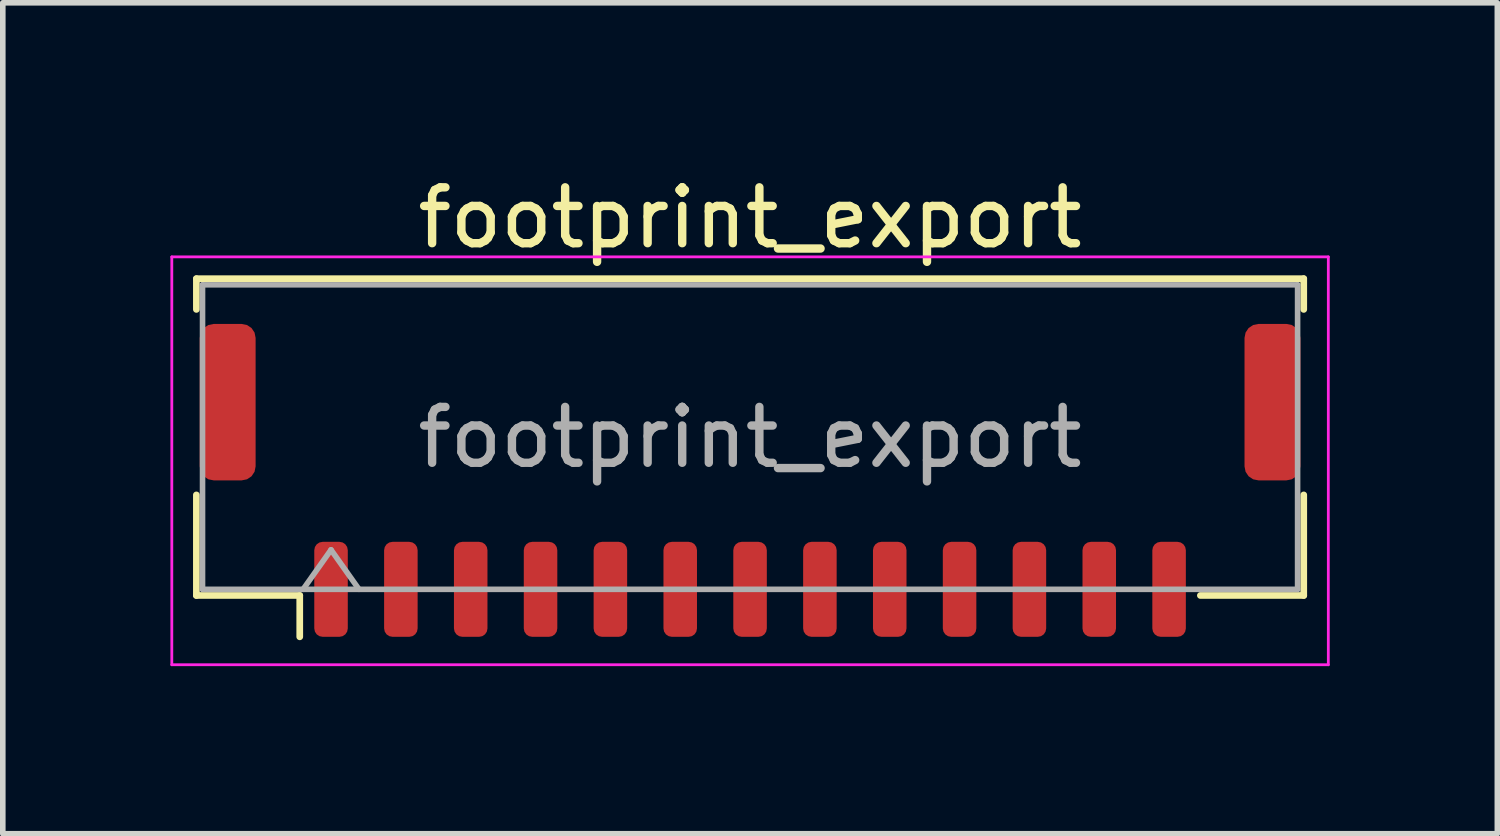
<source format=kicad_pcb>
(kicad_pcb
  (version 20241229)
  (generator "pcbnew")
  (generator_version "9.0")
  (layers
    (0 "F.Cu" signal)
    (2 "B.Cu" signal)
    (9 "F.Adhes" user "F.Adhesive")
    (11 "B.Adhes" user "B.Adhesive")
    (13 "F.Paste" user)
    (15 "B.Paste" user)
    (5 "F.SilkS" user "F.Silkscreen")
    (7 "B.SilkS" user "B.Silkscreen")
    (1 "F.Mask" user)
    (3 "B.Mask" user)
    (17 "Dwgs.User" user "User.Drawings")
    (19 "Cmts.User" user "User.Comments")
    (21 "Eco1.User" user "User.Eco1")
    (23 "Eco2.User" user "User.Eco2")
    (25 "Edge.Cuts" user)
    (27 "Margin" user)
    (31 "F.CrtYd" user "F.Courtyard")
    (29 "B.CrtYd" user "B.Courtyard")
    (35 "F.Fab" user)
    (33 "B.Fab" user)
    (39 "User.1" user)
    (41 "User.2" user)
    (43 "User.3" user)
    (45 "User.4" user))
  (footprint "footprint_export"
    (layer "F.Cu")
    (at 10.375 5.548)
    (property "Reference" "footprint_export" (at 0 -4.7 0) (layer "F.SilkS") (effects (font (size 1 1) (thickness 0.15))))
    (attr smd)
    (fp_line (start -9.91 -3.61) (end 9.91 -3.61) (stroke (width 0.12) (type solid)) (layer "F.SilkS"))
    (fp_line (start -9.91 -3.06) (end -9.91 -3.61) (stroke (width 0.12) (type solid)) (layer "F.SilkS"))
    (fp_line (start -9.91 0.26) (end -9.91 2.06) (stroke (width 0.12) (type solid)) (layer "F.SilkS"))
    (fp_line (start -9.91 2.06) (end -8.06 2.06) (stroke (width 0.12) (type solid)) (layer "F.SilkS"))
    (fp_line (start -8.06 2.06) (end -8.06 2.8) (stroke (width 0.12) (type solid)) (layer "F.SilkS"))
    (fp_line (start 9.91 -3.61) (end 9.91 -3.06) (stroke (width 0.12) (type solid)) (layer "F.SilkS"))
    (fp_line (start 9.91 0.26) (end 9.91 2.06) (stroke (width 0.12) (type solid)) (layer "F.SilkS"))
    (fp_line (start 9.91 2.06) (end 8.06 2.06) (stroke (width 0.12) (type solid)) (layer "F.SilkS"))
    (fp_line (start -10.35 -4) (end -10.35 3.3) (stroke (width 0.05) (type solid)) (layer "F.CrtYd"))
    (fp_line (start -10.35 3.3) (end 10.35 3.3) (stroke (width 0.05) (type solid)) (layer "F.CrtYd"))
    (fp_line (start 10.35 -4) (end -10.35 -4) (stroke (width 0.05) (type solid)) (layer "F.CrtYd"))
    (fp_line (start 10.35 3.3) (end 10.35 -4) (stroke (width 0.05) (type solid)) (layer "F.CrtYd"))
    (fp_line (start -9.8 -3.5) (end 9.8 -3.5) (stroke (width 0.1) (type solid)) (layer "F.Fab"))
    (fp_line (start -9.8 1.95) (end -9.8 -3.5) (stroke (width 0.1) (type solid)) (layer "F.Fab"))
    (fp_line (start -9.8 1.95) (end 9.8 1.95) (stroke (width 0.1) (type solid)) (layer "F.Fab"))
    (fp_line (start -8 1.95) (end -7.5 1.243) (stroke (width 0.1) (type solid)) (layer "F.Fab"))
    (fp_line (start -7.5 1.243) (end -7 1.95) (stroke (width 0.1) (type solid)) (layer "F.Fab"))
    (fp_line (start 9.8 1.95) (end 9.8 -3.5) (stroke (width 0.1) (type solid)) (layer "F.Fab"))
    (fp_text user "${REFERENCE}" (at 0 -0.77 0) (layer "F.Fab") (effects (font (size 1 1) (thickness 0.15))))
    (pad "1" smd roundrect (at -7.5 1.95) (size 0.6 1.7) (layers "F.Cu" "F.Mask" "F.Paste") (roundrect_rratio 0.25))
    (pad "2" smd roundrect (at -6.25 1.95) (size 0.6 1.7) (layers "F.Cu" "F.Mask" "F.Paste") (roundrect_rratio 0.25))
    (pad "3" smd roundrect (at -5 1.95) (size 0.6 1.7) (layers "F.Cu" "F.Mask" "F.Paste") (roundrect_rratio 0.25))
    (pad "4" smd roundrect (at -3.75 1.95) (size 0.6 1.7) (layers "F.Cu" "F.Mask" "F.Paste") (roundrect_rratio 0.25))
    (pad "5" smd roundrect (at -2.5 1.95) (size 0.6 1.7) (layers "F.Cu" "F.Mask" "F.Paste") (roundrect_rratio 0.25))
    (pad "6" smd roundrect (at -1.25 1.95) (size 0.6 1.7) (layers "F.Cu" "F.Mask" "F.Paste") (roundrect_rratio 0.25))
    (pad "7" smd roundrect (at 0 1.95) (size 0.6 1.7) (layers "F.Cu" "F.Mask" "F.Paste") (roundrect_rratio 0.25))
    (pad "8" smd roundrect (at 1.25 1.95) (size 0.6 1.7) (layers "F.Cu" "F.Mask" "F.Paste") (roundrect_rratio 0.25))
    (pad "9" smd roundrect (at 2.5 1.95) (size 0.6 1.7) (layers "F.Cu" "F.Mask" "F.Paste") (roundrect_rratio 0.25))
    (pad "10" smd roundrect (at 3.75 1.95) (size 0.6 1.7) (layers "F.Cu" "F.Mask" "F.Paste") (roundrect_rratio 0.25))
    (pad "11" smd roundrect (at 5 1.95) (size 0.6 1.7) (layers "F.Cu" "F.Mask" "F.Paste") (roundrect_rratio 0.25))
    (pad "12" smd roundrect (at 6.25 1.95) (size 0.6 1.7) (layers "F.Cu" "F.Mask" "F.Paste") (roundrect_rratio 0.25))
    (pad "13" smd roundrect (at 7.5 1.95) (size 0.6 1.7) (layers "F.Cu" "F.Mask" "F.Paste") (roundrect_rratio 0.25))
    (pad "MP" smd roundrect (at -9.35 -1.4) (size 1 2.8) (layers "F.Cu" "F.Mask" "F.Paste") (roundrect_rratio 0.25))
    (pad "MP" smd roundrect (at 9.35 -1.4) (size 1 2.8) (layers "F.Cu" "F.Mask" "F.Paste") (roundrect_rratio 0.25)))
  (gr_rect
    (start -3 -3)
    (end 23.75 11.873)
    (stroke (width 0.1) (type default))
    (fill no)
    (layer "Edge.Cuts")))
</source>
